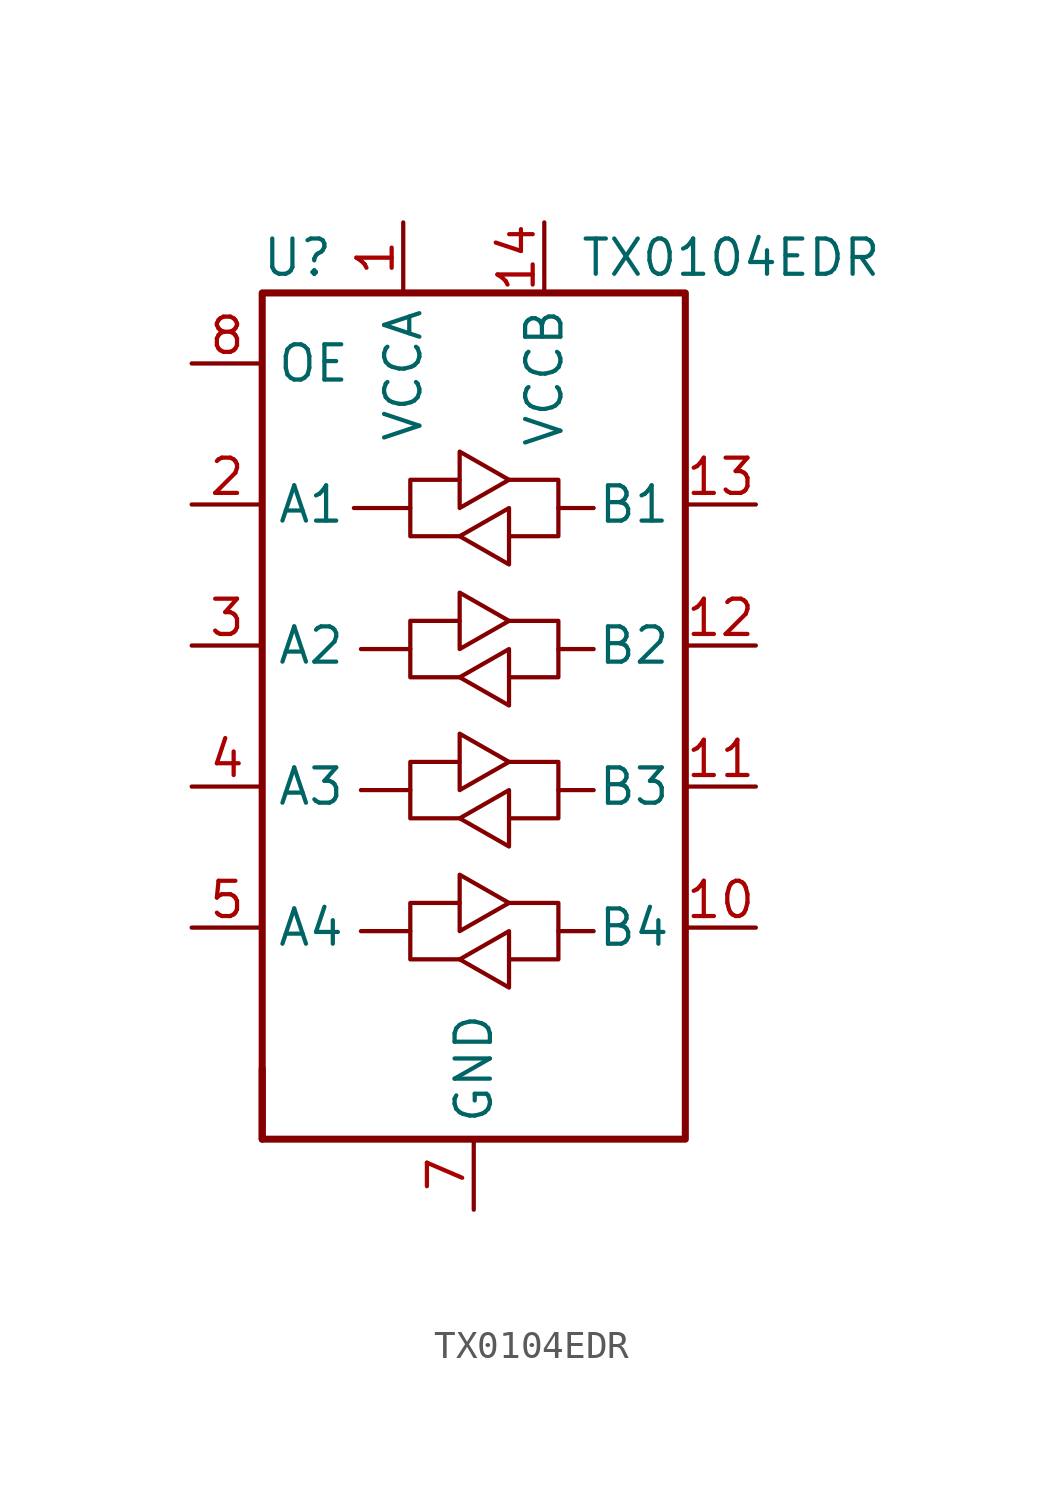
<source format=kicad_sym>
(kicad_symbol_lib
  (version 20211014)
  (generator kicad_symbol_editor)
  (symbol "TX0104EDR"
    (property "Reference" "U"
      (at -6.35 16.51 0)
      (effects (font (size 1.27 1.27))))
    (property "Value" "TX0104EDR"
      (at 3.81 16.51 0)
      (effects (font (size 1.27 1.27)) (justify left)))
    (symbol "TX0104EDR_0_1"
      (rectangle (start -7.62 -15.24) (end -7.62 -12.7) (stroke (width 0.254) (type default) (color 0 0 0 0)) (fill (type none)))
      (rectangle (start -7.62 15.24) (end 7.62 -15.24) (stroke (width 0.254) (type default) (color 0 0 0 0)) (fill (type none)))
      (polyline (pts (xy -2.286 -7.747) (xy -2.286 -6.731) (xy -0.508 -6.731)) (stroke (width 0) (type default) (color 0 0 0 0)) (fill (type none)))
      (polyline (pts (xy -2.286 -2.667) (xy -2.286 -1.651) (xy -0.508 -1.651)) (stroke (width 0) (type default) (color 0 0 0 0)) (fill (type none)))
      (polyline (pts (xy -2.286 2.413) (xy -2.286 3.429) (xy -0.508 3.429)) (stroke (width 0) (type default) (color 0 0 0 0)) (fill (type none)))
      (polyline (pts (xy -2.286 7.493) (xy -2.286 8.509) (xy -0.508 8.509)) (stroke (width 0) (type default) (color 0 0 0 0)) (fill (type none)))
      (polyline (pts (xy 3.048 -7.747) (xy 3.048 -8.763) (xy 1.27 -8.763)) (stroke (width 0) (type default) (color 0 0 0 0)) (fill (type none)))
      (polyline (pts (xy 3.048 -2.667) (xy 3.048 -3.683) (xy 1.27 -3.683)) (stroke (width 0) (type default) (color 0 0 0 0)) (fill (type none)))
      (polyline (pts (xy 3.048 2.413) (xy 3.048 1.397) (xy 1.27 1.397)) (stroke (width 0) (type default) (color 0 0 0 0)) (fill (type none)))
      (polyline (pts (xy 3.048 7.493) (xy 3.048 6.477) (xy 1.27 6.477)) (stroke (width 0) (type default) (color 0 0 0 0)) (fill (type none)))
      (polyline (pts (xy -0.508 -8.763) (xy -2.286 -8.763) (xy -2.286 -7.747) (xy -4.064 -7.747)) (stroke (width 0) (type default) (color 0 0 0 0)) (fill (type none)))
      (polyline (pts (xy -0.508 -8.763) (xy 1.27 -7.747) (xy 1.27 -9.779) (xy -0.508 -8.763)) (stroke (width 0) (type default) (color 0 0 0 0)) (fill (type none)))
      (polyline (pts (xy -0.508 -3.683) (xy -2.286 -3.683) (xy -2.286 -2.667) (xy -4.064 -2.667)) (stroke (width 0) (type default) (color 0 0 0 0)) (fill (type none)))
      (polyline (pts (xy -0.508 -3.683) (xy 1.27 -2.667) (xy 1.27 -4.699) (xy -0.508 -3.683)) (stroke (width 0) (type default) (color 0 0 0 0)) (fill (type none)))
      (polyline (pts (xy -0.508 1.397) (xy -2.286 1.397) (xy -2.286 2.413) (xy -4.064 2.413)) (stroke (width 0) (type default) (color 0 0 0 0)) (fill (type none)))
      (polyline (pts (xy -0.508 1.397) (xy 1.27 2.413) (xy 1.27 0.381) (xy -0.508 1.397)) (stroke (width 0) (type default) (color 0 0 0 0)) (fill (type none)))
      (polyline (pts (xy -0.508 6.477) (xy -2.286 6.477) (xy -2.286 7.493) (xy -4.318 7.493)) (stroke (width 0) (type default) (color 0 0 0 0)) (fill (type none)))
      (polyline (pts (xy -0.508 6.477) (xy 1.27 7.493) (xy 1.27 5.461) (xy -0.508 6.477)) (stroke (width 0) (type default) (color 0 0 0 0)) (fill (type none)))
      (polyline (pts (xy 1.27 -6.731) (xy -0.508 -7.747) (xy -0.508 -5.715) (xy 1.27 -6.731)) (stroke (width 0) (type default) (color 0 0 0 0)) (fill (type none)))
      (polyline (pts (xy 1.27 -6.731) (xy 3.048 -6.731) (xy 3.048 -7.747) (xy 4.318 -7.747)) (stroke (width 0) (type default) (color 0 0 0 0)) (fill (type none)))
      (polyline (pts (xy 1.27 -1.651) (xy -0.508 -2.667) (xy -0.508 -0.635) (xy 1.27 -1.651)) (stroke (width 0) (type default) (color 0 0 0 0)) (fill (type none)))
      (polyline (pts (xy 1.27 -1.651) (xy 3.048 -1.651) (xy 3.048 -2.667) (xy 4.318 -2.667)) (stroke (width 0) (type default) (color 0 0 0 0)) (fill (type none)))
      (polyline (pts (xy 1.27 3.429) (xy -0.508 2.413) (xy -0.508 4.445) (xy 1.27 3.429)) (stroke (width 0) (type default) (color 0 0 0 0)) (fill (type none)))
      (polyline (pts (xy 1.27 3.429) (xy 3.048 3.429) (xy 3.048 2.413) (xy 4.318 2.413)) (stroke (width 0) (type default) (color 0 0 0 0)) (fill (type none)))
      (polyline (pts (xy 1.27 8.509) (xy -0.508 7.493) (xy -0.508 9.525) (xy 1.27 8.509)) (stroke (width 0) (type default) (color 0 0 0 0)) (fill (type none)))
      (polyline (pts (xy 1.27 8.509) (xy 3.048 8.509) (xy 3.048 7.493) (xy 4.318 7.493)) (stroke (width 0) (type default) (color 0 0 0 0)) (fill (type none))))
    (symbol "TX0104EDR_1_1"
      (pin power_in line (at -2.54 17.78 270) (length 2.54) (name "VCCA" (effects (font (size 1.27 1.27)))) (number "1" (effects (font (size 1.27 1.27)))))
      (pin bidirectional line (at 10.16 -7.62 180) (length 2.54) (name "B4" (effects (font (size 1.27 1.27)))) (number "10" (effects (font (size 1.27 1.27)))))
      (pin bidirectional line (at 10.16 -2.54 180) (length 2.54) (name "B3" (effects (font (size 1.27 1.27)))) (number "11" (effects (font (size 1.27 1.27)))))
      (pin bidirectional line (at 10.16 2.54 180) (length 2.54) (name "B2" (effects (font (size 1.27 1.27)))) (number "12" (effects (font (size 1.27 1.27)))))
      (pin bidirectional line (at 10.16 7.62 180) (length 2.54) (name "B1" (effects (font (size 1.27 1.27)))) (number "13" (effects (font (size 1.27 1.27)))))
      (pin power_in line (at 2.54 17.78 270) (length 2.54) (name "VCCB" (effects (font (size 1.27 1.27)))) (number "14" (effects (font (size 1.27 1.27)))))
      (pin bidirectional line (at -10.16 7.62 0) (length 2.54) (name "A1" (effects (font (size 1.27 1.27)))) (number "2" (effects (font (size 1.27 1.27)))))
      (pin bidirectional line (at -10.16 2.54 0) (length 2.54) (name "A2" (effects (font (size 1.27 1.27)))) (number "3" (effects (font (size 1.27 1.27)))))
      (pin bidirectional line (at -10.16 -2.54 0) (length 2.54) (name "A3" (effects (font (size 1.27 1.27)))) (number "4" (effects (font (size 1.27 1.27)))))
      (pin bidirectional line (at -10.16 -7.62 0) (length 2.54) (name "A4" (effects (font (size 1.27 1.27)))) (number "5" (effects (font (size 1.27 1.27)))))
      (pin no_connect line (at -10.16 -12.7 0) (length 2.54) hide (name "NC" (effects (font (size 1.27 1.27)))) (number "6" (effects (font (size 1.27 1.27)))))
      (pin power_in line (at 0 -17.78 90) (length 2.54) (name "GND" (effects (font (size 1.27 1.27)))) (number "7" (effects (font (size 1.27 1.27)))))
      (pin input line (at -10.16 12.7 0) (length 2.54) (name "OE" (effects (font (size 1.27 1.27)))) (number "8" (effects (font (size 1.27 1.27)))))
      (pin no_connect line (at 10.16 -12.7 180) (length 2.54) hide (name "NC" (effects (font (size 1.27 1.27)))) (number "9" (effects (font (size 1.27 1.27))))))))
</source>
